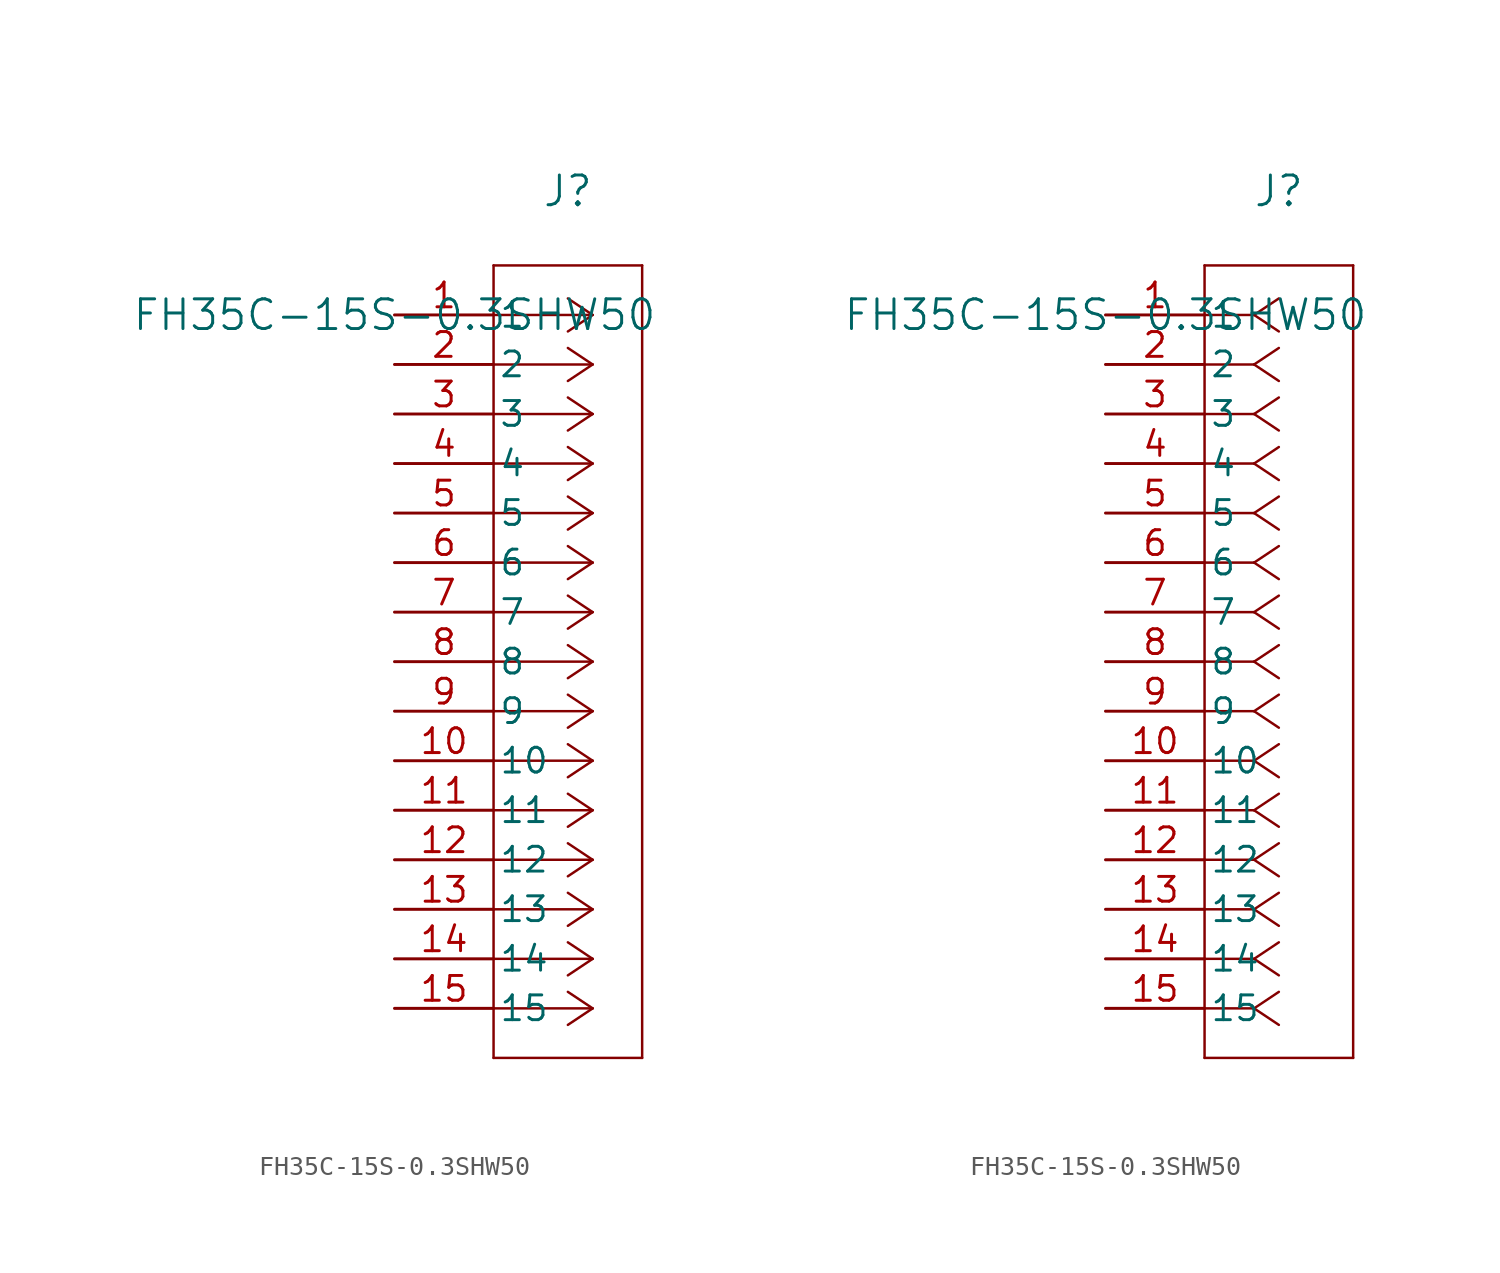
<source format=kicad_sym>
(kicad_symbol_lib
  (version 20211014)
  (generator kicad_symbol_editor)
  (symbol "FH35C-15S-0.3SHW50"
    (pin_names
      (offset 0.254))
    (property "Reference" "J"
      (at 8.89 6.35 0)
      (effects (font (size 1.524 1.524))))
    (property "Value" "FH35C-15S-0.3SHW50"
      (at 0 0 0)
      (effects (font (size 1.524 1.524))))
    (symbol "FH35C-15S-0.3SHW50_1_1"
      (polyline (pts (xy 10.16 0) (xy 5.08 0)) (stroke (width 0.127) (type default) (color 0 0 0 0)) (fill (type none)))
      (polyline (pts (xy 10.16 -2.54) (xy 5.08 -2.54)) (stroke (width 0.127) (type default) (color 0 0 0 0)) (fill (type none)))
      (polyline (pts (xy 10.16 -5.08) (xy 5.08 -5.08)) (stroke (width 0.127) (type default) (color 0 0 0 0)) (fill (type none)))
      (polyline (pts (xy 10.16 -7.62) (xy 5.08 -7.62)) (stroke (width 0.127) (type default) (color 0 0 0 0)) (fill (type none)))
      (polyline (pts (xy 10.16 -10.16) (xy 5.08 -10.16)) (stroke (width 0.127) (type default) (color 0 0 0 0)) (fill (type none)))
      (polyline (pts (xy 10.16 -12.7) (xy 5.08 -12.7)) (stroke (width 0.127) (type default) (color 0 0 0 0)) (fill (type none)))
      (polyline (pts (xy 10.16 -15.24) (xy 5.08 -15.24)) (stroke (width 0.127) (type default) (color 0 0 0 0)) (fill (type none)))
      (polyline (pts (xy 10.16 -17.78) (xy 5.08 -17.78)) (stroke (width 0.127) (type default) (color 0 0 0 0)) (fill (type none)))
      (polyline (pts (xy 10.16 -20.32) (xy 5.08 -20.32)) (stroke (width 0.127) (type default) (color 0 0 0 0)) (fill (type none)))
      (polyline (pts (xy 10.16 -22.86) (xy 5.08 -22.86)) (stroke (width 0.127) (type default) (color 0 0 0 0)) (fill (type none)))
      (polyline (pts (xy 10.16 -25.4) (xy 5.08 -25.4)) (stroke (width 0.127) (type default) (color 0 0 0 0)) (fill (type none)))
      (polyline (pts (xy 10.16 -27.94) (xy 5.08 -27.94)) (stroke (width 0.127) (type default) (color 0 0 0 0)) (fill (type none)))
      (polyline (pts (xy 10.16 -30.48) (xy 5.08 -30.48)) (stroke (width 0.127) (type default) (color 0 0 0 0)) (fill (type none)))
      (polyline (pts (xy 10.16 -33.02) (xy 5.08 -33.02)) (stroke (width 0.127) (type default) (color 0 0 0 0)) (fill (type none)))
      (polyline (pts (xy 10.16 -35.56) (xy 5.08 -35.56)) (stroke (width 0.127) (type default) (color 0 0 0 0)) (fill (type none)))
      (polyline (pts (xy 10.16 0) (xy 8.89 0.847)) (stroke (width 0.127) (type default) (color 0 0 0 0)) (fill (type none)))
      (polyline (pts (xy 10.16 -2.54) (xy 8.89 -1.693)) (stroke (width 0.127) (type default) (color 0 0 0 0)) (fill (type none)))
      (polyline (pts (xy 10.16 -5.08) (xy 8.89 -4.233)) (stroke (width 0.127) (type default) (color 0 0 0 0)) (fill (type none)))
      (polyline (pts (xy 10.16 -7.62) (xy 8.89 -6.773)) (stroke (width 0.127) (type default) (color 0 0 0 0)) (fill (type none)))
      (polyline (pts (xy 10.16 -10.16) (xy 8.89 -9.313)) (stroke (width 0.127) (type default) (color 0 0 0 0)) (fill (type none)))
      (polyline (pts (xy 10.16 -12.7) (xy 8.89 -11.853)) (stroke (width 0.127) (type default) (color 0 0 0 0)) (fill (type none)))
      (polyline (pts (xy 10.16 -15.24) (xy 8.89 -14.393)) (stroke (width 0.127) (type default) (color 0 0 0 0)) (fill (type none)))
      (polyline (pts (xy 10.16 -17.78) (xy 8.89 -16.933)) (stroke (width 0.127) (type default) (color 0 0 0 0)) (fill (type none)))
      (polyline (pts (xy 10.16 -20.32) (xy 8.89 -19.473)) (stroke (width 0.127) (type default) (color 0 0 0 0)) (fill (type none)))
      (polyline (pts (xy 10.16 -22.86) (xy 8.89 -22.013)) (stroke (width 0.127) (type default) (color 0 0 0 0)) (fill (type none)))
      (polyline (pts (xy 10.16 -25.4) (xy 8.89 -24.553)) (stroke (width 0.127) (type default) (color 0 0 0 0)) (fill (type none)))
      (polyline (pts (xy 10.16 -27.94) (xy 8.89 -27.093)) (stroke (width 0.127) (type default) (color 0 0 0 0)) (fill (type none)))
      (polyline (pts (xy 10.16 -30.48) (xy 8.89 -29.633)) (stroke (width 0.127) (type default) (color 0 0 0 0)) (fill (type none)))
      (polyline (pts (xy 10.16 -33.02) (xy 8.89 -32.173)) (stroke (width 0.127) (type default) (color 0 0 0 0)) (fill (type none)))
      (polyline (pts (xy 10.16 -35.56) (xy 8.89 -34.713)) (stroke (width 0.127) (type default) (color 0 0 0 0)) (fill (type none)))
      (polyline (pts (xy 10.16 0) (xy 8.89 -0.847)) (stroke (width 0.127) (type default) (color 0 0 0 0)) (fill (type none)))
      (polyline (pts (xy 10.16 -2.54) (xy 8.89 -3.387)) (stroke (width 0.127) (type default) (color 0 0 0 0)) (fill (type none)))
      (polyline (pts (xy 10.16 -5.08) (xy 8.89 -5.927)) (stroke (width 0.127) (type default) (color 0 0 0 0)) (fill (type none)))
      (polyline (pts (xy 10.16 -7.62) (xy 8.89 -8.467)) (stroke (width 0.127) (type default) (color 0 0 0 0)) (fill (type none)))
      (polyline (pts (xy 10.16 -10.16) (xy 8.89 -11.007)) (stroke (width 0.127) (type default) (color 0 0 0 0)) (fill (type none)))
      (polyline (pts (xy 10.16 -12.7) (xy 8.89 -13.547)) (stroke (width 0.127) (type default) (color 0 0 0 0)) (fill (type none)))
      (polyline (pts (xy 10.16 -15.24) (xy 8.89 -16.087)) (stroke (width 0.127) (type default) (color 0 0 0 0)) (fill (type none)))
      (polyline (pts (xy 10.16 -17.78) (xy 8.89 -18.627)) (stroke (width 0.127) (type default) (color 0 0 0 0)) (fill (type none)))
      (polyline (pts (xy 10.16 -20.32) (xy 8.89 -21.167)) (stroke (width 0.127) (type default) (color 0 0 0 0)) (fill (type none)))
      (polyline (pts (xy 10.16 -22.86) (xy 8.89 -23.707)) (stroke (width 0.127) (type default) (color 0 0 0 0)) (fill (type none)))
      (polyline (pts (xy 10.16 -25.4) (xy 8.89 -26.247)) (stroke (width 0.127) (type default) (color 0 0 0 0)) (fill (type none)))
      (polyline (pts (xy 10.16 -27.94) (xy 8.89 -28.787)) (stroke (width 0.127) (type default) (color 0 0 0 0)) (fill (type none)))
      (polyline (pts (xy 10.16 -30.48) (xy 8.89 -31.327)) (stroke (width 0.127) (type default) (color 0 0 0 0)) (fill (type none)))
      (polyline (pts (xy 10.16 -33.02) (xy 8.89 -33.867)) (stroke (width 0.127) (type default) (color 0 0 0 0)) (fill (type none)))
      (polyline (pts (xy 10.16 -35.56) (xy 8.89 -36.407)) (stroke (width 0.127) (type default) (color 0 0 0 0)) (fill (type none)))
      (polyline (pts (xy 5.08 2.54) (xy 5.08 -38.1)) (stroke (width 0.127) (type default) (color 0 0 0 0)) (fill (type none)))
      (polyline (pts (xy 5.08 -38.1) (xy 12.7 -38.1)) (stroke (width 0.127) (type default) (color 0 0 0 0)) (fill (type none)))
      (polyline (pts (xy 12.7 -38.1) (xy 12.7 2.54)) (stroke (width 0.127) (type default) (color 0 0 0 0)) (fill (type none)))
      (polyline (pts (xy 12.7 2.54) (xy 5.08 2.54)) (stroke (width 0.127) (type default) (color 0 0 0 0)) (fill (type none)))
      (pin unspecified line (at 0 0 0) (length 5.08) (name "1" (effects (font (size 1.27 1.27)))) (number "1" (effects (font (size 1.27 1.27)))))
      (pin unspecified line (at 0 -2.54 0) (length 5.08) (name "2" (effects (font (size 1.27 1.27)))) (number "2" (effects (font (size 1.27 1.27)))))
      (pin unspecified line (at 0 -5.08 0) (length 5.08) (name "3" (effects (font (size 1.27 1.27)))) (number "3" (effects (font (size 1.27 1.27)))))
      (pin unspecified line (at 0 -7.62 0) (length 5.08) (name "4" (effects (font (size 1.27 1.27)))) (number "4" (effects (font (size 1.27 1.27)))))
      (pin unspecified line (at 0 -10.16 0) (length 5.08) (name "5" (effects (font (size 1.27 1.27)))) (number "5" (effects (font (size 1.27 1.27)))))
      (pin unspecified line (at 0 -12.7 0) (length 5.08) (name "6" (effects (font (size 1.27 1.27)))) (number "6" (effects (font (size 1.27 1.27)))))
      (pin unspecified line (at 0 -15.24 0) (length 5.08) (name "7" (effects (font (size 1.27 1.27)))) (number "7" (effects (font (size 1.27 1.27)))))
      (pin unspecified line (at 0 -17.78 0) (length 5.08) (name "8" (effects (font (size 1.27 1.27)))) (number "8" (effects (font (size 1.27 1.27)))))
      (pin unspecified line (at 0 -20.32 0) (length 5.08) (name "9" (effects (font (size 1.27 1.27)))) (number "9" (effects (font (size 1.27 1.27)))))
      (pin unspecified line (at 0 -22.86 0) (length 5.08) (name "10" (effects (font (size 1.27 1.27)))) (number "10" (effects (font (size 1.27 1.27)))))
      (pin unspecified line (at 0 -25.4 0) (length 5.08) (name "11" (effects (font (size 1.27 1.27)))) (number "11" (effects (font (size 1.27 1.27)))))
      (pin unspecified line (at 0 -27.94 0) (length 5.08) (name "12" (effects (font (size 1.27 1.27)))) (number "12" (effects (font (size 1.27 1.27)))))
      (pin unspecified line (at 0 -30.48 0) (length 5.08) (name "13" (effects (font (size 1.27 1.27)))) (number "13" (effects (font (size 1.27 1.27)))))
      (pin unspecified line (at 0 -33.02 0) (length 5.08) (name "14" (effects (font (size 1.27 1.27)))) (number "14" (effects (font (size 1.27 1.27)))))
      (pin unspecified line (at 0 -35.56 0) (length 5.08) (name "15" (effects (font (size 1.27 1.27)))) (number "15" (effects (font (size 1.27 1.27))))))
    (symbol "FH35C-15S-0.3SHW50_1_2"
      (polyline (pts (xy 7.62 0) (xy 5.08 0)) (stroke (width 0.127) (type default) (color 0 0 0 0)) (fill (type none)))
      (polyline (pts (xy 7.62 -2.54) (xy 5.08 -2.54)) (stroke (width 0.127) (type default) (color 0 0 0 0)) (fill (type none)))
      (polyline (pts (xy 7.62 -5.08) (xy 5.08 -5.08)) (stroke (width 0.127) (type default) (color 0 0 0 0)) (fill (type none)))
      (polyline (pts (xy 7.62 -7.62) (xy 5.08 -7.62)) (stroke (width 0.127) (type default) (color 0 0 0 0)) (fill (type none)))
      (polyline (pts (xy 7.62 -10.16) (xy 5.08 -10.16)) (stroke (width 0.127) (type default) (color 0 0 0 0)) (fill (type none)))
      (polyline (pts (xy 7.62 -12.7) (xy 5.08 -12.7)) (stroke (width 0.127) (type default) (color 0 0 0 0)) (fill (type none)))
      (polyline (pts (xy 7.62 -15.24) (xy 5.08 -15.24)) (stroke (width 0.127) (type default) (color 0 0 0 0)) (fill (type none)))
      (polyline (pts (xy 7.62 -17.78) (xy 5.08 -17.78)) (stroke (width 0.127) (type default) (color 0 0 0 0)) (fill (type none)))
      (polyline (pts (xy 7.62 -20.32) (xy 5.08 -20.32)) (stroke (width 0.127) (type default) (color 0 0 0 0)) (fill (type none)))
      (polyline (pts (xy 7.62 -22.86) (xy 5.08 -22.86)) (stroke (width 0.127) (type default) (color 0 0 0 0)) (fill (type none)))
      (polyline (pts (xy 7.62 -25.4) (xy 5.08 -25.4)) (stroke (width 0.127) (type default) (color 0 0 0 0)) (fill (type none)))
      (polyline (pts (xy 7.62 -27.94) (xy 5.08 -27.94)) (stroke (width 0.127) (type default) (color 0 0 0 0)) (fill (type none)))
      (polyline (pts (xy 7.62 -30.48) (xy 5.08 -30.48)) (stroke (width 0.127) (type default) (color 0 0 0 0)) (fill (type none)))
      (polyline (pts (xy 7.62 -33.02) (xy 5.08 -33.02)) (stroke (width 0.127) (type default) (color 0 0 0 0)) (fill (type none)))
      (polyline (pts (xy 7.62 -35.56) (xy 5.08 -35.56)) (stroke (width 0.127) (type default) (color 0 0 0 0)) (fill (type none)))
      (polyline (pts (xy 7.62 0) (xy 8.89 0.847)) (stroke (width 0.127) (type default) (color 0 0 0 0)) (fill (type none)))
      (polyline (pts (xy 7.62 -2.54) (xy 8.89 -1.693)) (stroke (width 0.127) (type default) (color 0 0 0 0)) (fill (type none)))
      (polyline (pts (xy 7.62 -5.08) (xy 8.89 -4.233)) (stroke (width 0.127) (type default) (color 0 0 0 0)) (fill (type none)))
      (polyline (pts (xy 7.62 -7.62) (xy 8.89 -6.773)) (stroke (width 0.127) (type default) (color 0 0 0 0)) (fill (type none)))
      (polyline (pts (xy 7.62 -10.16) (xy 8.89 -9.313)) (stroke (width 0.127) (type default) (color 0 0 0 0)) (fill (type none)))
      (polyline (pts (xy 7.62 -12.7) (xy 8.89 -11.853)) (stroke (width 0.127) (type default) (color 0 0 0 0)) (fill (type none)))
      (polyline (pts (xy 7.62 -15.24) (xy 8.89 -14.393)) (stroke (width 0.127) (type default) (color 0 0 0 0)) (fill (type none)))
      (polyline (pts (xy 7.62 -17.78) (xy 8.89 -16.933)) (stroke (width 0.127) (type default) (color 0 0 0 0)) (fill (type none)))
      (polyline (pts (xy 7.62 -20.32) (xy 8.89 -19.473)) (stroke (width 0.127) (type default) (color 0 0 0 0)) (fill (type none)))
      (polyline (pts (xy 7.62 -22.86) (xy 8.89 -22.013)) (stroke (width 0.127) (type default) (color 0 0 0 0)) (fill (type none)))
      (polyline (pts (xy 7.62 -25.4) (xy 8.89 -24.553)) (stroke (width 0.127) (type default) (color 0 0 0 0)) (fill (type none)))
      (polyline (pts (xy 7.62 -27.94) (xy 8.89 -27.093)) (stroke (width 0.127) (type default) (color 0 0 0 0)) (fill (type none)))
      (polyline (pts (xy 7.62 -30.48) (xy 8.89 -29.633)) (stroke (width 0.127) (type default) (color 0 0 0 0)) (fill (type none)))
      (polyline (pts (xy 7.62 -33.02) (xy 8.89 -32.173)) (stroke (width 0.127) (type default) (color 0 0 0 0)) (fill (type none)))
      (polyline (pts (xy 7.62 -35.56) (xy 8.89 -34.713)) (stroke (width 0.127) (type default) (color 0 0 0 0)) (fill (type none)))
      (polyline (pts (xy 7.62 0) (xy 8.89 -0.847)) (stroke (width 0.127) (type default) (color 0 0 0 0)) (fill (type none)))
      (polyline (pts (xy 7.62 -2.54) (xy 8.89 -3.387)) (stroke (width 0.127) (type default) (color 0 0 0 0)) (fill (type none)))
      (polyline (pts (xy 7.62 -5.08) (xy 8.89 -5.927)) (stroke (width 0.127) (type default) (color 0 0 0 0)) (fill (type none)))
      (polyline (pts (xy 7.62 -7.62) (xy 8.89 -8.467)) (stroke (width 0.127) (type default) (color 0 0 0 0)) (fill (type none)))
      (polyline (pts (xy 7.62 -10.16) (xy 8.89 -11.007)) (stroke (width 0.127) (type default) (color 0 0 0 0)) (fill (type none)))
      (polyline (pts (xy 7.62 -12.7) (xy 8.89 -13.547)) (stroke (width 0.127) (type default) (color 0 0 0 0)) (fill (type none)))
      (polyline (pts (xy 7.62 -15.24) (xy 8.89 -16.087)) (stroke (width 0.127) (type default) (color 0 0 0 0)) (fill (type none)))
      (polyline (pts (xy 7.62 -17.78) (xy 8.89 -18.627)) (stroke (width 0.127) (type default) (color 0 0 0 0)) (fill (type none)))
      (polyline (pts (xy 7.62 -20.32) (xy 8.89 -21.167)) (stroke (width 0.127) (type default) (color 0 0 0 0)) (fill (type none)))
      (polyline (pts (xy 7.62 -22.86) (xy 8.89 -23.707)) (stroke (width 0.127) (type default) (color 0 0 0 0)) (fill (type none)))
      (polyline (pts (xy 7.62 -25.4) (xy 8.89 -26.247)) (stroke (width 0.127) (type default) (color 0 0 0 0)) (fill (type none)))
      (polyline (pts (xy 7.62 -27.94) (xy 8.89 -28.787)) (stroke (width 0.127) (type default) (color 0 0 0 0)) (fill (type none)))
      (polyline (pts (xy 7.62 -30.48) (xy 8.89 -31.327)) (stroke (width 0.127) (type default) (color 0 0 0 0)) (fill (type none)))
      (polyline (pts (xy 7.62 -33.02) (xy 8.89 -33.867)) (stroke (width 0.127) (type default) (color 0 0 0 0)) (fill (type none)))
      (polyline (pts (xy 7.62 -35.56) (xy 8.89 -36.407)) (stroke (width 0.127) (type default) (color 0 0 0 0)) (fill (type none)))
      (polyline (pts (xy 5.08 2.54) (xy 5.08 -38.1)) (stroke (width 0.127) (type default) (color 0 0 0 0)) (fill (type none)))
      (polyline (pts (xy 5.08 -38.1) (xy 12.7 -38.1)) (stroke (width 0.127) (type default) (color 0 0 0 0)) (fill (type none)))
      (polyline (pts (xy 12.7 -38.1) (xy 12.7 2.54)) (stroke (width 0.127) (type default) (color 0 0 0 0)) (fill (type none)))
      (polyline (pts (xy 12.7 2.54) (xy 5.08 2.54)) (stroke (width 0.127) (type default) (color 0 0 0 0)) (fill (type none)))
      (pin unspecified line (at 0 0 0) (length 5.08) (name "1" (effects (font (size 1.27 1.27)))) (number "1" (effects (font (size 1.27 1.27)))))
      (pin unspecified line (at 0 -2.54 0) (length 5.08) (name "2" (effects (font (size 1.27 1.27)))) (number "2" (effects (font (size 1.27 1.27)))))
      (pin unspecified line (at 0 -5.08 0) (length 5.08) (name "3" (effects (font (size 1.27 1.27)))) (number "3" (effects (font (size 1.27 1.27)))))
      (pin unspecified line (at 0 -7.62 0) (length 5.08) (name "4" (effects (font (size 1.27 1.27)))) (number "4" (effects (font (size 1.27 1.27)))))
      (pin unspecified line (at 0 -10.16 0) (length 5.08) (name "5" (effects (font (size 1.27 1.27)))) (number "5" (effects (font (size 1.27 1.27)))))
      (pin unspecified line (at 0 -12.7 0) (length 5.08) (name "6" (effects (font (size 1.27 1.27)))) (number "6" (effects (font (size 1.27 1.27)))))
      (pin unspecified line (at 0 -15.24 0) (length 5.08) (name "7" (effects (font (size 1.27 1.27)))) (number "7" (effects (font (size 1.27 1.27)))))
      (pin unspecified line (at 0 -17.78 0) (length 5.08) (name "8" (effects (font (size 1.27 1.27)))) (number "8" (effects (font (size 1.27 1.27)))))
      (pin unspecified line (at 0 -20.32 0) (length 5.08) (name "9" (effects (font (size 1.27 1.27)))) (number "9" (effects (font (size 1.27 1.27)))))
      (pin unspecified line (at 0 -22.86 0) (length 5.08) (name "10" (effects (font (size 1.27 1.27)))) (number "10" (effects (font (size 1.27 1.27)))))
      (pin unspecified line (at 0 -25.4 0) (length 5.08) (name "11" (effects (font (size 1.27 1.27)))) (number "11" (effects (font (size 1.27 1.27)))))
      (pin unspecified line (at 0 -27.94 0) (length 5.08) (name "12" (effects (font (size 1.27 1.27)))) (number "12" (effects (font (size 1.27 1.27)))))
      (pin unspecified line (at 0 -30.48 0) (length 5.08) (name "13" (effects (font (size 1.27 1.27)))) (number "13" (effects (font (size 1.27 1.27)))))
      (pin unspecified line (at 0 -33.02 0) (length 5.08) (name "14" (effects (font (size 1.27 1.27)))) (number "14" (effects (font (size 1.27 1.27)))))
      (pin unspecified line (at 0 -35.56 0) (length 5.08) (name "15" (effects (font (size 1.27 1.27)))) (number "15" (effects (font (size 1.27 1.27))))))))
</source>
